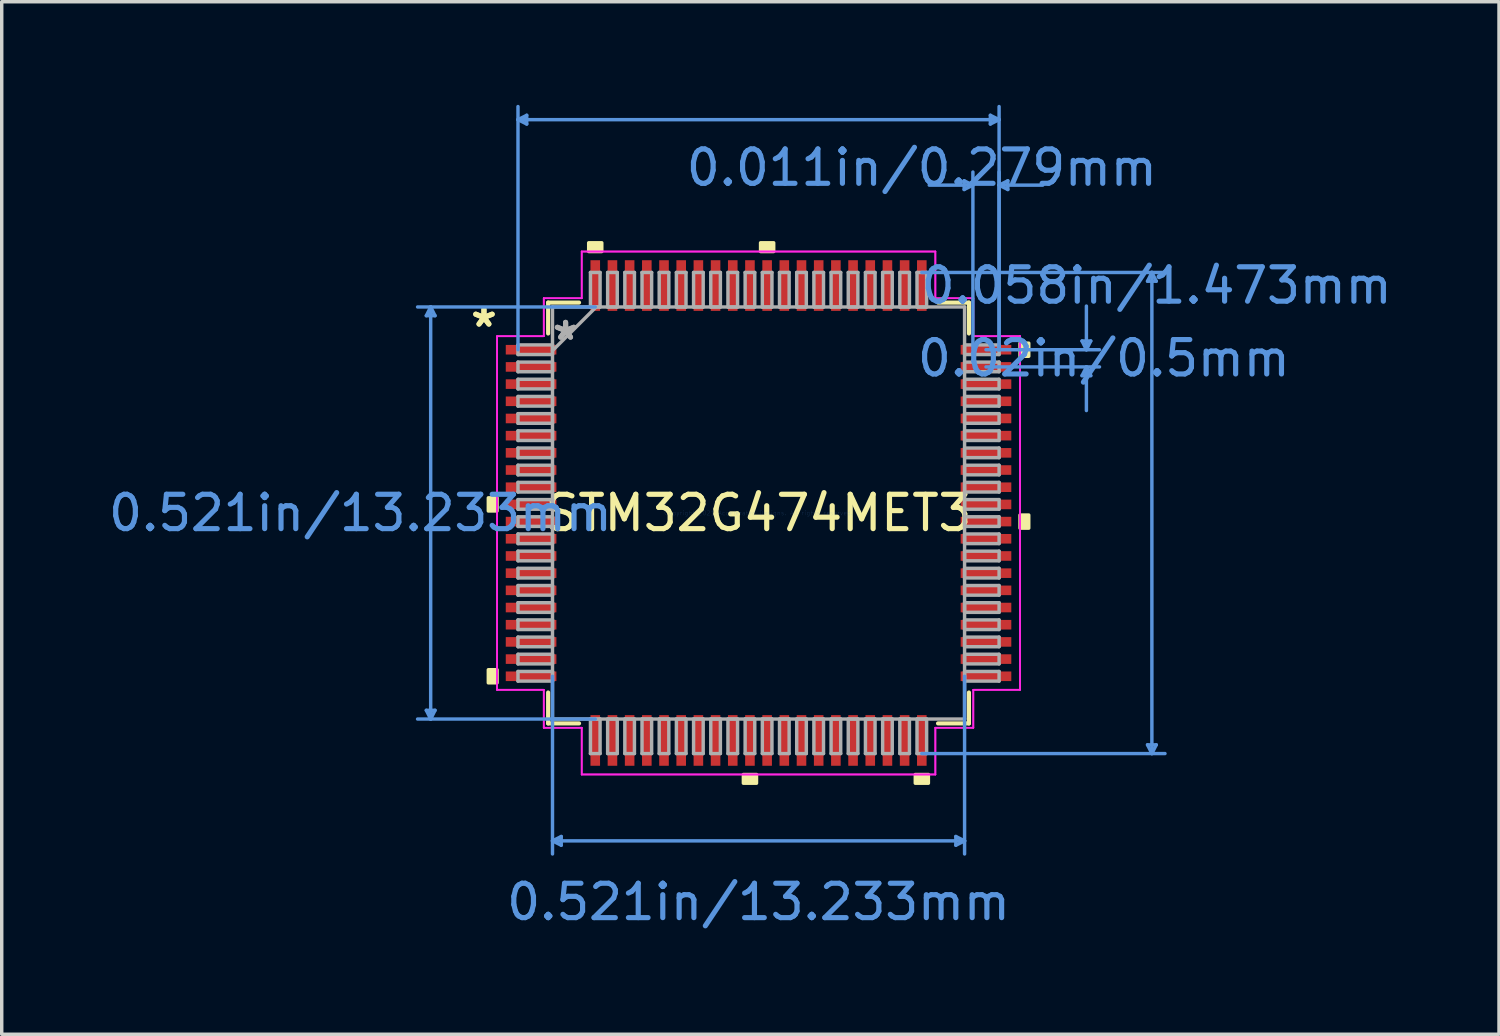
<source format=kicad_pcb>
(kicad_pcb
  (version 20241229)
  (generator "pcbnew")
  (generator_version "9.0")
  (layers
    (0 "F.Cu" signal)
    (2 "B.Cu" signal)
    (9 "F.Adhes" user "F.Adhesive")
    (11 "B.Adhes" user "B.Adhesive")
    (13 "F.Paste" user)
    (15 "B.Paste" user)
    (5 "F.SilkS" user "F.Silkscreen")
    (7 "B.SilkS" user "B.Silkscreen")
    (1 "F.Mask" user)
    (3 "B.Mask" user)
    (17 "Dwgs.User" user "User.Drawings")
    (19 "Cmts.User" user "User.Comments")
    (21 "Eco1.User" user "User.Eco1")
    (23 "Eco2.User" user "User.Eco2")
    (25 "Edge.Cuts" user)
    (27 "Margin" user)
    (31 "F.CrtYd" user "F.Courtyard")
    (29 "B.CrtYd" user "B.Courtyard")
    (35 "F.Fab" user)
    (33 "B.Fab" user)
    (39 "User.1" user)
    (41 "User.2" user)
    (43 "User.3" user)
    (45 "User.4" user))
  (footprint "STM32G474MET3"
    (layer "F.Cu")
    (at 19.017 11.874)
    (property "Reference" "STM32G474MET3" (at 0 0 0) (layer "F.SilkS") (effects (font (size 1 1) (thickness 0.15))))
    (attr through_hole)
    (fp_line (start -6.121 -6.121) (end -6.121 -5.222) (stroke (width 0.12) (type solid)) (layer "F.SilkS"))
    (fp_line (start -6.121 5.222) (end -6.121 6.121) (stroke (width 0.12) (type solid)) (layer "F.SilkS"))
    (fp_line (start -6.121 6.121) (end -5.222 6.121) (stroke (width 0.12) (type solid)) (layer "F.SilkS"))
    (fp_line (start -5.222 -6.121) (end -6.121 -6.121) (stroke (width 0.12) (type solid)) (layer "F.SilkS"))
    (fp_line (start 5.222 6.121) (end 6.121 6.121) (stroke (width 0.12) (type solid)) (layer "F.SilkS"))
    (fp_line (start 6.121 -6.121) (end 5.222 -6.121) (stroke (width 0.12) (type solid)) (layer "F.SilkS"))
    (fp_line (start 6.121 -5.222) (end 6.121 -6.121) (stroke (width 0.12) (type solid)) (layer "F.SilkS"))
    (fp_line (start 6.121 6.121) (end 6.121 5.222) (stroke (width 0.12) (type solid)) (layer "F.SilkS"))
    (fp_poly (pts (xy -7.861 -0.441) (xy -7.861 -0.059) (xy -7.607 -0.059) (xy -7.607 -0.441)) (stroke (width 0.1) (type solid)) (fill yes) (layer "F.SilkS"))
    (fp_poly (pts (xy -7.861 4.56) (xy -7.861 4.941) (xy -7.607 4.941) (xy -7.607 4.56)) (stroke (width 0.1) (type solid)) (fill yes) (layer "F.SilkS"))
    (fp_poly (pts (xy -4.941 -7.607) (xy -4.941 -7.861) (xy -4.56 -7.861) (xy -4.56 -7.607)) (stroke (width 0.1) (type solid)) (fill yes) (layer "F.SilkS"))
    (fp_poly (pts (xy -0.441 7.607) (xy -0.441 7.861) (xy -0.059 7.861) (xy -0.059 7.607)) (stroke (width 0.1) (type solid)) (fill yes) (layer "F.SilkS"))
    (fp_poly (pts (xy 0.059 -7.607) (xy 0.059 -7.861) (xy 0.441 -7.861) (xy 0.441 -7.607)) (stroke (width 0.1) (type solid)) (fill yes) (layer "F.SilkS"))
    (fp_poly (pts (xy 4.56 7.607) (xy 4.56 7.861) (xy 4.941 7.861) (xy 4.941 7.607)) (stroke (width 0.1) (type solid)) (fill yes) (layer "F.SilkS"))
    (fp_poly (pts (xy 7.861 -4.941) (xy 7.861 -4.56) (xy 7.607 -4.56) (xy 7.607 -4.941)) (stroke (width 0.1) (type solid)) (fill yes) (layer "F.SilkS"))
    (fp_poly (pts (xy 7.861 0.059) (xy 7.861 0.441) (xy 7.607 0.441) (xy 7.607 0.059)) (stroke (width 0.1) (type solid)) (fill yes) (layer "F.SilkS"))
    (fp_line (start -9.665 -5.74) (end -9.411 -5.74) (stroke (width 0.1) (type solid)) (layer "Cmts.User"))
    (fp_line (start -9.665 5.74) (end -9.411 5.74) (stroke (width 0.1) (type solid)) (layer "Cmts.User"))
    (fp_line (start -9.538 -5.994) (end -9.665 -5.74) (stroke (width 0.1) (type solid)) (layer "Cmts.User"))
    (fp_line (start -9.538 -5.994) (end -9.538 5.994) (stroke (width 0.1) (type solid)) (layer "Cmts.User"))
    (fp_line (start -9.538 -5.994) (end -9.411 -5.74) (stroke (width 0.1) (type solid)) (layer "Cmts.User"))
    (fp_line (start -9.538 5.994) (end -9.665 5.74) (stroke (width 0.1) (type solid)) (layer "Cmts.User"))
    (fp_line (start -9.538 5.994) (end -9.411 5.74) (stroke (width 0.1) (type solid)) (layer "Cmts.User"))
    (fp_line (start -6.998 -11.443) (end -6.744 -11.57) (stroke (width 0.1) (type solid)) (layer "Cmts.User"))
    (fp_line (start -6.998 -11.443) (end -6.744 -11.316) (stroke (width 0.1) (type solid)) (layer "Cmts.User"))
    (fp_line (start -6.998 -11.443) (end 6.998 -11.443) (stroke (width 0.1) (type solid)) (layer "Cmts.User"))
    (fp_line (start -6.998 -4.75) (end -6.998 -11.824) (stroke (width 0.1) (type solid)) (layer "Cmts.User"))
    (fp_line (start -6.744 -11.57) (end -6.744 -11.316) (stroke (width 0.1) (type solid)) (layer "Cmts.User"))
    (fp_line (start -5.994 4.75) (end -5.994 9.919) (stroke (width 0.1) (type solid)) (layer "Cmts.User"))
    (fp_line (start -5.994 9.538) (end -5.74 9.411) (stroke (width 0.1) (type solid)) (layer "Cmts.User"))
    (fp_line (start -5.994 9.538) (end -5.74 9.665) (stroke (width 0.1) (type solid)) (layer "Cmts.User"))
    (fp_line (start -5.994 9.538) (end 5.994 9.538) (stroke (width 0.1) (type solid)) (layer "Cmts.User"))
    (fp_line (start -5.74 9.411) (end -5.74 9.665) (stroke (width 0.1) (type solid)) (layer "Cmts.User"))
    (fp_line (start -4.75 -5.994) (end -9.919 -5.994) (stroke (width 0.1) (type solid)) (layer "Cmts.User"))
    (fp_line (start -4.75 5.994) (end -9.919 5.994) (stroke (width 0.1) (type solid)) (layer "Cmts.User"))
    (fp_line (start 4.75 -6.998) (end 11.824 -6.998) (stroke (width 0.1) (type solid)) (layer "Cmts.User"))
    (fp_line (start 4.75 6.998) (end 11.824 6.998) (stroke (width 0.1) (type solid)) (layer "Cmts.User"))
    (fp_line (start 5.74 9.411) (end 5.74 9.665) (stroke (width 0.1) (type solid)) (layer "Cmts.User"))
    (fp_line (start 5.982 -9.665) (end 5.982 -9.411) (stroke (width 0.1) (type solid)) (layer "Cmts.User"))
    (fp_line (start 5.994 4.75) (end 5.994 9.919) (stroke (width 0.1) (type solid)) (layer "Cmts.User"))
    (fp_line (start 5.994 9.538) (end 5.74 9.411) (stroke (width 0.1) (type solid)) (layer "Cmts.User"))
    (fp_line (start 5.994 9.538) (end 5.74 9.665) (stroke (width 0.1) (type solid)) (layer "Cmts.User"))
    (fp_line (start 6.236 -9.538) (end 4.966 -9.538) (stroke (width 0.1) (type solid)) (layer "Cmts.User"))
    (fp_line (start 6.236 -9.538) (end 5.982 -9.665) (stroke (width 0.1) (type solid)) (layer "Cmts.User"))
    (fp_line (start 6.236 -9.538) (end 5.982 -9.411) (stroke (width 0.1) (type solid)) (layer "Cmts.User"))
    (fp_line (start 6.236 -4.75) (end 6.236 -9.919) (stroke (width 0.1) (type solid)) (layer "Cmts.User"))
    (fp_line (start 6.617 -4.75) (end 9.919 -4.75) (stroke (width 0.1) (type solid)) (layer "Cmts.User"))
    (fp_line (start 6.617 -4.25) (end 9.919 -4.25) (stroke (width 0.1) (type solid)) (layer "Cmts.User"))
    (fp_line (start 6.744 -11.57) (end 6.744 -11.316) (stroke (width 0.1) (type solid)) (layer "Cmts.User"))
    (fp_line (start 6.998 -11.443) (end 6.744 -11.57) (stroke (width 0.1) (type solid)) (layer "Cmts.User"))
    (fp_line (start 6.998 -11.443) (end 6.744 -11.316) (stroke (width 0.1) (type solid)) (layer "Cmts.User"))
    (fp_line (start 6.998 -9.538) (end 7.252 -9.665) (stroke (width 0.1) (type solid)) (layer "Cmts.User"))
    (fp_line (start 6.998 -9.538) (end 7.252 -9.411) (stroke (width 0.1) (type solid)) (layer "Cmts.User"))
    (fp_line (start 6.998 -9.538) (end 8.268 -9.538) (stroke (width 0.1) (type solid)) (layer "Cmts.User"))
    (fp_line (start 6.998 -4.75) (end 6.998 -11.824) (stroke (width 0.1) (type solid)) (layer "Cmts.User"))
    (fp_line (start 6.998 -4.75) (end 6.998 -9.919) (stroke (width 0.1) (type solid)) (layer "Cmts.User"))
    (fp_line (start 7.252 -9.665) (end 7.252 -9.411) (stroke (width 0.1) (type solid)) (layer "Cmts.User"))
    (fp_line (start 9.411 -5.004) (end 9.665 -5.004) (stroke (width 0.1) (type solid)) (layer "Cmts.User"))
    (fp_line (start 9.411 -3.996) (end 9.665 -3.996) (stroke (width 0.1) (type solid)) (layer "Cmts.User"))
    (fp_line (start 9.538 -4.75) (end 9.411 -5.004) (stroke (width 0.1) (type solid)) (layer "Cmts.User"))
    (fp_line (start 9.538 -4.75) (end 9.538 -6.02) (stroke (width 0.1) (type solid)) (layer "Cmts.User"))
    (fp_line (start 9.538 -4.75) (end 9.665 -5.004) (stroke (width 0.1) (type solid)) (layer "Cmts.User"))
    (fp_line (start 9.538 -4.25) (end 9.411 -3.996) (stroke (width 0.1) (type solid)) (layer "Cmts.User"))
    (fp_line (start 9.538 -4.25) (end 9.538 -2.98) (stroke (width 0.1) (type solid)) (layer "Cmts.User"))
    (fp_line (start 9.538 -4.25) (end 9.665 -3.996) (stroke (width 0.1) (type solid)) (layer "Cmts.User"))
    (fp_line (start 11.316 -6.744) (end 11.57 -6.744) (stroke (width 0.1) (type solid)) (layer "Cmts.User"))
    (fp_line (start 11.316 6.744) (end 11.57 6.744) (stroke (width 0.1) (type solid)) (layer "Cmts.User"))
    (fp_line (start 11.443 -6.998) (end 11.316 -6.744) (stroke (width 0.1) (type solid)) (layer "Cmts.User"))
    (fp_line (start 11.443 -6.998) (end 11.443 6.998) (stroke (width 0.1) (type solid)) (layer "Cmts.User"))
    (fp_line (start 11.443 -6.998) (end 11.57 -6.744) (stroke (width 0.1) (type solid)) (layer "Cmts.User"))
    (fp_line (start 11.443 6.998) (end 11.316 6.744) (stroke (width 0.1) (type solid)) (layer "Cmts.User"))
    (fp_line (start 11.443 6.998) (end 11.57 6.744) (stroke (width 0.1) (type solid)) (layer "Cmts.User"))
    (fp_line (start -7.607 -5.144) (end -6.248 -5.144) (stroke (width 0.05) (type solid)) (layer "F.CrtYd"))
    (fp_line (start -7.607 -5.144) (end -6.248 -5.144) (stroke (width 0.05) (type solid)) (layer "F.CrtYd"))
    (fp_line (start -7.607 5.144) (end -7.607 -5.144) (stroke (width 0.05) (type solid)) (layer "F.CrtYd"))
    (fp_line (start -7.607 5.144) (end -7.607 -5.144) (stroke (width 0.05) (type solid)) (layer "F.CrtYd"))
    (fp_line (start -6.248 -6.248) (end -5.144 -6.248) (stroke (width 0.05) (type solid)) (layer "F.CrtYd"))
    (fp_line (start -6.248 -6.248) (end -5.144 -6.248) (stroke (width 0.05) (type solid)) (layer "F.CrtYd"))
    (fp_line (start -6.248 -5.144) (end -6.248 -6.248) (stroke (width 0.05) (type solid)) (layer "F.CrtYd"))
    (fp_line (start -6.248 -5.144) (end -6.248 -6.248) (stroke (width 0.05) (type solid)) (layer "F.CrtYd"))
    (fp_line (start -6.248 5.144) (end -7.607 5.144) (stroke (width 0.05) (type solid)) (layer "F.CrtYd"))
    (fp_line (start -6.248 5.144) (end -7.607 5.144) (stroke (width 0.05) (type solid)) (layer "F.CrtYd"))
    (fp_line (start -6.248 6.248) (end -6.248 5.144) (stroke (width 0.05) (type solid)) (layer "F.CrtYd"))
    (fp_line (start -6.248 6.248) (end -6.248 5.144) (stroke (width 0.05) (type solid)) (layer "F.CrtYd"))
    (fp_line (start -6.248 6.248) (end -5.144 6.248) (stroke (width 0.05) (type solid)) (layer "F.CrtYd"))
    (fp_line (start -5.144 -7.607) (end 5.144 -7.607) (stroke (width 0.05) (type solid)) (layer "F.CrtYd"))
    (fp_line (start -5.144 -7.607) (end 5.144 -7.607) (stroke (width 0.05) (type solid)) (layer "F.CrtYd"))
    (fp_line (start -5.144 -6.248) (end -5.144 -7.607) (stroke (width 0.05) (type solid)) (layer "F.CrtYd"))
    (fp_line (start -5.144 -6.248) (end -5.144 -7.607) (stroke (width 0.05) (type solid)) (layer "F.CrtYd"))
    (fp_line (start -5.144 6.248) (end -6.248 6.248) (stroke (width 0.05) (type solid)) (layer "F.CrtYd"))
    (fp_line (start -5.144 6.248) (end -5.144 7.607) (stroke (width 0.05) (type solid)) (layer "F.CrtYd"))
    (fp_line (start -5.144 7.607) (end -5.144 6.248) (stroke (width 0.05) (type solid)) (layer "F.CrtYd"))
    (fp_line (start -5.144 7.607) (end 5.144 7.607) (stroke (width 0.05) (type solid)) (layer "F.CrtYd"))
    (fp_line (start 5.144 -7.607) (end 5.144 -6.248) (stroke (width 0.05) (type solid)) (layer "F.CrtYd"))
    (fp_line (start 5.144 -7.607) (end 5.144 -6.248) (stroke (width 0.05) (type solid)) (layer "F.CrtYd"))
    (fp_line (start 5.144 -6.248) (end 6.248 -6.248) (stroke (width 0.05) (type solid)) (layer "F.CrtYd"))
    (fp_line (start 5.144 -6.248) (end 6.248 -6.248) (stroke (width 0.05) (type solid)) (layer "F.CrtYd"))
    (fp_line (start 5.144 6.248) (end 5.144 7.607) (stroke (width 0.05) (type solid)) (layer "F.CrtYd"))
    (fp_line (start 5.144 6.248) (end 6.248 6.248) (stroke (width 0.05) (type solid)) (layer "F.CrtYd"))
    (fp_line (start 5.144 7.607) (end -5.144 7.607) (stroke (width 0.05) (type solid)) (layer "F.CrtYd"))
    (fp_line (start 5.144 7.607) (end 5.144 6.248) (stroke (width 0.05) (type solid)) (layer "F.CrtYd"))
    (fp_line (start 6.248 -6.248) (end 6.248 -5.144) (stroke (width 0.05) (type solid)) (layer "F.CrtYd"))
    (fp_line (start 6.248 -5.144) (end 6.248 -6.248) (stroke (width 0.05) (type solid)) (layer "F.CrtYd"))
    (fp_line (start 6.248 -5.144) (end 7.607 -5.144) (stroke (width 0.05) (type solid)) (layer "F.CrtYd"))
    (fp_line (start 6.248 5.144) (end 6.248 6.248) (stroke (width 0.05) (type solid)) (layer "F.CrtYd"))
    (fp_line (start 6.248 5.144) (end 7.607 5.144) (stroke (width 0.05) (type solid)) (layer "F.CrtYd"))
    (fp_line (start 6.248 6.248) (end 5.144 6.248) (stroke (width 0.05) (type solid)) (layer "F.CrtYd"))
    (fp_line (start 6.248 6.248) (end 6.248 5.144) (stroke (width 0.05) (type solid)) (layer "F.CrtYd"))
    (fp_line (start 7.607 -5.144) (end 6.248 -5.144) (stroke (width 0.05) (type solid)) (layer "F.CrtYd"))
    (fp_line (start 7.607 -5.144) (end 7.607 5.144) (stroke (width 0.05) (type solid)) (layer "F.CrtYd"))
    (fp_line (start 7.607 5.144) (end 6.248 5.144) (stroke (width 0.05) (type solid)) (layer "F.CrtYd"))
    (fp_line (start 7.607 5.144) (end 7.607 -5.144) (stroke (width 0.05) (type solid)) (layer "F.CrtYd"))
    (fp_line (start -6.998 -4.89) (end -6.998 -4.61) (stroke (width 0.1) (type solid)) (layer "F.Fab"))
    (fp_line (start -6.998 -4.61) (end -5.994 -4.61) (stroke (width 0.1) (type solid)) (layer "F.Fab"))
    (fp_line (start -6.998 -4.39) (end -6.998 -4.11) (stroke (width 0.1) (type solid)) (layer "F.Fab"))
    (fp_line (start -6.998 -4.11) (end -5.994 -4.11) (stroke (width 0.1) (type solid)) (layer "F.Fab"))
    (fp_line (start -6.998 -3.89) (end -6.998 -3.61) (stroke (width 0.1) (type solid)) (layer "F.Fab"))
    (fp_line (start -6.998 -3.61) (end -5.994 -3.61) (stroke (width 0.1) (type solid)) (layer "F.Fab"))
    (fp_line (start -6.998 -3.39) (end -6.998 -3.11) (stroke (width 0.1) (type solid)) (layer "F.Fab"))
    (fp_line (start -6.998 -3.11) (end -5.994 -3.11) (stroke (width 0.1) (type solid)) (layer "F.Fab"))
    (fp_line (start -6.998 -2.89) (end -6.998 -2.61) (stroke (width 0.1) (type solid)) (layer "F.Fab"))
    (fp_line (start -6.998 -2.61) (end -5.994 -2.61) (stroke (width 0.1) (type solid)) (layer "F.Fab"))
    (fp_line (start -6.998 -2.39) (end -6.998 -2.11) (stroke (width 0.1) (type solid)) (layer "F.Fab"))
    (fp_line (start -6.998 -2.11) (end -5.994 -2.11) (stroke (width 0.1) (type solid)) (layer "F.Fab"))
    (fp_line (start -6.998 -1.89) (end -6.998 -1.61) (stroke (width 0.1) (type solid)) (layer "F.Fab"))
    (fp_line (start -6.998 -1.61) (end -5.994 -1.61) (stroke (width 0.1) (type solid)) (layer "F.Fab"))
    (fp_line (start -6.998 -1.39) (end -6.998 -1.11) (stroke (width 0.1) (type solid)) (layer "F.Fab"))
    (fp_line (start -6.998 -1.11) (end -5.994 -1.11) (stroke (width 0.1) (type solid)) (layer "F.Fab"))
    (fp_line (start -6.998 -0.89) (end -6.998 -0.61) (stroke (width 0.1) (type solid)) (layer "F.Fab"))
    (fp_line (start -6.998 -0.61) (end -5.994 -0.61) (stroke (width 0.1) (type solid)) (layer "F.Fab"))
    (fp_line (start -6.998 -0.39) (end -6.998 -0.11) (stroke (width 0.1) (type solid)) (layer "F.Fab"))
    (fp_line (start -6.998 -0.11) (end -5.994 -0.11) (stroke (width 0.1) (type solid)) (layer "F.Fab"))
    (fp_line (start -6.998 0.11) (end -6.998 0.39) (stroke (width 0.1) (type solid)) (layer "F.Fab"))
    (fp_line (start -6.998 0.39) (end -5.994 0.39) (stroke (width 0.1) (type solid)) (layer "F.Fab"))
    (fp_line (start -6.998 0.61) (end -6.998 0.89) (stroke (width 0.1) (type solid)) (layer "F.Fab"))
    (fp_line (start -6.998 0.89) (end -5.994 0.89) (stroke (width 0.1) (type solid)) (layer "F.Fab"))
    (fp_line (start -6.998 1.11) (end -6.998 1.39) (stroke (width 0.1) (type solid)) (layer "F.Fab"))
    (fp_line (start -6.998 1.39) (end -5.994 1.39) (stroke (width 0.1) (type solid)) (layer "F.Fab"))
    (fp_line (start -6.998 1.61) (end -6.998 1.89) (stroke (width 0.1) (type solid)) (layer "F.Fab"))
    (fp_line (start -6.998 1.89) (end -5.994 1.89) (stroke (width 0.1) (type solid)) (layer "F.Fab"))
    (fp_line (start -6.998 2.11) (end -6.998 2.39) (stroke (width 0.1) (type solid)) (layer "F.Fab"))
    (fp_line (start -6.998 2.39) (end -5.994 2.39) (stroke (width 0.1) (type solid)) (layer "F.Fab"))
    (fp_line (start -6.998 2.61) (end -6.998 2.89) (stroke (width 0.1) (type solid)) (layer "F.Fab"))
    (fp_line (start -6.998 2.89) (end -5.994 2.89) (stroke (width 0.1) (type solid)) (layer "F.Fab"))
    (fp_line (start -6.998 3.11) (end -6.998 3.39) (stroke (width 0.1) (type solid)) (layer "F.Fab"))
    (fp_line (start -6.998 3.39) (end -5.994 3.39) (stroke (width 0.1) (type solid)) (layer "F.Fab"))
    (fp_line (start -6.998 3.61) (end -6.998 3.89) (stroke (width 0.1) (type solid)) (layer "F.Fab"))
    (fp_line (start -6.998 3.89) (end -5.994 3.89) (stroke (width 0.1) (type solid)) (layer "F.Fab"))
    (fp_line (start -6.998 4.11) (end -6.998 4.39) (stroke (width 0.1) (type solid)) (layer "F.Fab"))
    (fp_line (start -6.998 4.39) (end -5.994 4.39) (stroke (width 0.1) (type solid)) (layer "F.Fab"))
    (fp_line (start -6.998 4.61) (end -6.998 4.89) (stroke (width 0.1) (type solid)) (layer "F.Fab"))
    (fp_line (start -6.998 4.89) (end -5.994 4.89) (stroke (width 0.1) (type solid)) (layer "F.Fab"))
    (fp_line (start -5.994 -5.994) (end -5.994 5.994) (stroke (width 0.1) (type solid)) (layer "F.Fab"))
    (fp_line (start -5.994 -4.89) (end -6.998 -4.89) (stroke (width 0.1) (type solid)) (layer "F.Fab"))
    (fp_line (start -5.994 -4.724) (end -4.724 -5.994) (stroke (width 0.1) (type solid)) (layer "F.Fab"))
    (fp_line (start -5.994 -4.61) (end -5.994 -4.89) (stroke (width 0.1) (type solid)) (layer "F.Fab"))
    (fp_line (start -5.994 -4.39) (end -6.998 -4.39) (stroke (width 0.1) (type solid)) (layer "F.Fab"))
    (fp_line (start -5.994 -4.11) (end -5.994 -4.39) (stroke (width 0.1) (type solid)) (layer "F.Fab"))
    (fp_line (start -5.994 -3.89) (end -6.998 -3.89) (stroke (width 0.1) (type solid)) (layer "F.Fab"))
    (fp_line (start -5.994 -3.61) (end -5.994 -3.89) (stroke (width 0.1) (type solid)) (layer "F.Fab"))
    (fp_line (start -5.994 -3.39) (end -6.998 -3.39) (stroke (width 0.1) (type solid)) (layer "F.Fab"))
    (fp_line (start -5.994 -3.11) (end -5.994 -3.39) (stroke (width 0.1) (type solid)) (layer "F.Fab"))
    (fp_line (start -5.994 -2.89) (end -6.998 -2.89) (stroke (width 0.1) (type solid)) (layer "F.Fab"))
    (fp_line (start -5.994 -2.61) (end -5.994 -2.89) (stroke (width 0.1) (type solid)) (layer "F.Fab"))
    (fp_line (start -5.994 -2.39) (end -6.998 -2.39) (stroke (width 0.1) (type solid)) (layer "F.Fab"))
    (fp_line (start -5.994 -2.11) (end -5.994 -2.39) (stroke (width 0.1) (type solid)) (layer "F.Fab"))
    (fp_line (start -5.994 -1.89) (end -6.998 -1.89) (stroke (width 0.1) (type solid)) (layer "F.Fab"))
    (fp_line (start -5.994 -1.61) (end -5.994 -1.89) (stroke (width 0.1) (type solid)) (layer "F.Fab"))
    (fp_line (start -5.994 -1.39) (end -6.998 -1.39) (stroke (width 0.1) (type solid)) (layer "F.Fab"))
    (fp_line (start -5.994 -1.11) (end -5.994 -1.39) (stroke (width 0.1) (type solid)) (layer "F.Fab"))
    (fp_line (start -5.994 -0.89) (end -6.998 -0.89) (stroke (width 0.1) (type solid)) (layer "F.Fab"))
    (fp_line (start -5.994 -0.61) (end -5.994 -0.89) (stroke (width 0.1) (type solid)) (layer "F.Fab"))
    (fp_line (start -5.994 -0.39) (end -6.998 -0.39) (stroke (width 0.1) (type solid)) (layer "F.Fab"))
    (fp_line (start -5.994 -0.11) (end -5.994 -0.39) (stroke (width 0.1) (type solid)) (layer "F.Fab"))
    (fp_line (start -5.994 0.11) (end -6.998 0.11) (stroke (width 0.1) (type solid)) (layer "F.Fab"))
    (fp_line (start -5.994 0.39) (end -5.994 0.11) (stroke (width 0.1) (type solid)) (layer "F.Fab"))
    (fp_line (start -5.994 0.61) (end -6.998 0.61) (stroke (width 0.1) (type solid)) (layer "F.Fab"))
    (fp_line (start -5.994 0.89) (end -5.994 0.61) (stroke (width 0.1) (type solid)) (layer "F.Fab"))
    (fp_line (start -5.994 1.11) (end -6.998 1.11) (stroke (width 0.1) (type solid)) (layer "F.Fab"))
    (fp_line (start -5.994 1.39) (end -5.994 1.11) (stroke (width 0.1) (type solid)) (layer "F.Fab"))
    (fp_line (start -5.994 1.61) (end -6.998 1.61) (stroke (width 0.1) (type solid)) (layer "F.Fab"))
    (fp_line (start -5.994 1.89) (end -5.994 1.61) (stroke (width 0.1) (type solid)) (layer "F.Fab"))
    (fp_line (start -5.994 2.11) (end -6.998 2.11) (stroke (width 0.1) (type solid)) (layer "F.Fab"))
    (fp_line (start -5.994 2.39) (end -5.994 2.11) (stroke (width 0.1) (type solid)) (layer "F.Fab"))
    (fp_line (start -5.994 2.61) (end -6.998 2.61) (stroke (width 0.1) (type solid)) (layer "F.Fab"))
    (fp_line (start -5.994 2.89) (end -5.994 2.61) (stroke (width 0.1) (type solid)) (layer "F.Fab"))
    (fp_line (start -5.994 3.11) (end -6.998 3.11) (stroke (width 0.1) (type solid)) (layer "F.Fab"))
    (fp_line (start -5.994 3.39) (end -5.994 3.11) (stroke (width 0.1) (type solid)) (layer "F.Fab"))
    (fp_line (start -5.994 3.61) (end -6.998 3.61) (stroke (width 0.1) (type solid)) (layer "F.Fab"))
    (fp_line (start -5.994 3.89) (end -5.994 3.61) (stroke (width 0.1) (type solid)) (layer "F.Fab"))
    (fp_line (start -5.994 4.11) (end -6.998 4.11) (stroke (width 0.1) (type solid)) (layer "F.Fab"))
    (fp_line (start -5.994 4.39) (end -5.994 4.11) (stroke (width 0.1) (type solid)) (layer "F.Fab"))
    (fp_line (start -5.994 4.61) (end -6.998 4.61) (stroke (width 0.1) (type solid)) (layer "F.Fab"))
    (fp_line (start -5.994 4.89) (end -5.994 4.61) (stroke (width 0.1) (type solid)) (layer "F.Fab"))
    (fp_line (start -5.994 5.994) (end 5.994 5.994) (stroke (width 0.1) (type solid)) (layer "F.Fab"))
    (fp_line (start -4.89 -6.998) (end -4.89 -5.994) (stroke (width 0.1) (type solid)) (layer "F.Fab"))
    (fp_line (start -4.89 -5.994) (end -4.61 -5.994) (stroke (width 0.1) (type solid)) (layer "F.Fab"))
    (fp_line (start -4.89 5.994) (end -4.89 6.998) (stroke (width 0.1) (type solid)) (layer "F.Fab"))
    (fp_line (start -4.89 6.998) (end -4.61 6.998) (stroke (width 0.1) (type solid)) (layer "F.Fab"))
    (fp_line (start -4.61 -6.998) (end -4.89 -6.998) (stroke (width 0.1) (type solid)) (layer "F.Fab"))
    (fp_line (start -4.61 -5.994) (end -4.61 -6.998) (stroke (width 0.1) (type solid)) (layer "F.Fab"))
    (fp_line (start -4.61 5.994) (end -4.89 5.994) (stroke (width 0.1) (type solid)) (layer "F.Fab"))
    (fp_line (start -4.61 6.998) (end -4.61 5.994) (stroke (width 0.1) (type solid)) (layer "F.Fab"))
    (fp_line (start -4.39 -6.998) (end -4.39 -5.994) (stroke (width 0.1) (type solid)) (layer "F.Fab"))
    (fp_line (start -4.39 -5.994) (end -4.11 -5.994) (stroke (width 0.1) (type solid)) (layer "F.Fab"))
    (fp_line (start -4.39 5.994) (end -4.39 6.998) (stroke (width 0.1) (type solid)) (layer "F.Fab"))
    (fp_line (start -4.39 6.998) (end -4.11 6.998) (stroke (width 0.1) (type solid)) (layer "F.Fab"))
    (fp_line (start -4.11 -6.998) (end -4.39 -6.998) (stroke (width 0.1) (type solid)) (layer "F.Fab"))
    (fp_line (start -4.11 -5.994) (end -4.11 -6.998) (stroke (width 0.1) (type solid)) (layer "F.Fab"))
    (fp_line (start -4.11 5.994) (end -4.39 5.994) (stroke (width 0.1) (type solid)) (layer "F.Fab"))
    (fp_line (start -4.11 6.998) (end -4.11 5.994) (stroke (width 0.1) (type solid)) (layer "F.Fab"))
    (fp_line (start -3.89 -6.998) (end -3.89 -5.994) (stroke (width 0.1) (type solid)) (layer "F.Fab"))
    (fp_line (start -3.89 -5.994) (end -3.61 -5.994) (stroke (width 0.1) (type solid)) (layer "F.Fab"))
    (fp_line (start -3.89 5.994) (end -3.89 6.998) (stroke (width 0.1) (type solid)) (layer "F.Fab"))
    (fp_line (start -3.89 6.998) (end -3.61 6.998) (stroke (width 0.1) (type solid)) (layer "F.Fab"))
    (fp_line (start -3.61 -6.998) (end -3.89 -6.998) (stroke (width 0.1) (type solid)) (layer "F.Fab"))
    (fp_line (start -3.61 -5.994) (end -3.61 -6.998) (stroke (width 0.1) (type solid)) (layer "F.Fab"))
    (fp_line (start -3.61 5.994) (end -3.89 5.994) (stroke (width 0.1) (type solid)) (layer "F.Fab"))
    (fp_line (start -3.61 6.998) (end -3.61 5.994) (stroke (width 0.1) (type solid)) (layer "F.Fab"))
    (fp_line (start -3.39 -6.998) (end -3.39 -5.994) (stroke (width 0.1) (type solid)) (layer "F.Fab"))
    (fp_line (start -3.39 -5.994) (end -3.11 -5.994) (stroke (width 0.1) (type solid)) (layer "F.Fab"))
    (fp_line (start -3.39 5.994) (end -3.39 6.998) (stroke (width 0.1) (type solid)) (layer "F.Fab"))
    (fp_line (start -3.39 6.998) (end -3.11 6.998) (stroke (width 0.1) (type solid)) (layer "F.Fab"))
    (fp_line (start -3.11 -6.998) (end -3.39 -6.998) (stroke (width 0.1) (type solid)) (layer "F.Fab"))
    (fp_line (start -3.11 -5.994) (end -3.11 -6.998) (stroke (width 0.1) (type solid)) (layer "F.Fab"))
    (fp_line (start -3.11 5.994) (end -3.39 5.994) (stroke (width 0.1) (type solid)) (layer "F.Fab"))
    (fp_line (start -3.11 6.998) (end -3.11 5.994) (stroke (width 0.1) (type solid)) (layer "F.Fab"))
    (fp_line (start -2.89 -6.998) (end -2.89 -5.994) (stroke (width 0.1) (type solid)) (layer "F.Fab"))
    (fp_line (start -2.89 -5.994) (end -2.61 -5.994) (stroke (width 0.1) (type solid)) (layer "F.Fab"))
    (fp_line (start -2.89 5.994) (end -2.89 6.998) (stroke (width 0.1) (type solid)) (layer "F.Fab"))
    (fp_line (start -2.89 6.998) (end -2.61 6.998) (stroke (width 0.1) (type solid)) (layer "F.Fab"))
    (fp_line (start -2.61 -6.998) (end -2.89 -6.998) (stroke (width 0.1) (type solid)) (layer "F.Fab"))
    (fp_line (start -2.61 -5.994) (end -2.61 -6.998) (stroke (width 0.1) (type solid)) (layer "F.Fab"))
    (fp_line (start -2.61 5.994) (end -2.89 5.994) (stroke (width 0.1) (type solid)) (layer "F.Fab"))
    (fp_line (start -2.61 6.998) (end -2.61 5.994) (stroke (width 0.1) (type solid)) (layer "F.Fab"))
    (fp_line (start -2.39 -6.998) (end -2.39 -5.994) (stroke (width 0.1) (type solid)) (layer "F.Fab"))
    (fp_line (start -2.39 -5.994) (end -2.11 -5.994) (stroke (width 0.1) (type solid)) (layer "F.Fab"))
    (fp_line (start -2.39 5.994) (end -2.39 6.998) (stroke (width 0.1) (type solid)) (layer "F.Fab"))
    (fp_line (start -2.39 6.998) (end -2.11 6.998) (stroke (width 0.1) (type solid)) (layer "F.Fab"))
    (fp_line (start -2.11 -6.998) (end -2.39 -6.998) (stroke (width 0.1) (type solid)) (layer "F.Fab"))
    (fp_line (start -2.11 -5.994) (end -2.11 -6.998) (stroke (width 0.1) (type solid)) (layer "F.Fab"))
    (fp_line (start -2.11 5.994) (end -2.39 5.994) (stroke (width 0.1) (type solid)) (layer "F.Fab"))
    (fp_line (start -2.11 6.998) (end -2.11 5.994) (stroke (width 0.1) (type solid)) (layer "F.Fab"))
    (fp_line (start -1.89 -6.998) (end -1.89 -5.994) (stroke (width 0.1) (type solid)) (layer "F.Fab"))
    (fp_line (start -1.89 -5.994) (end -1.61 -5.994) (stroke (width 0.1) (type solid)) (layer "F.Fab"))
    (fp_line (start -1.89 5.994) (end -1.89 6.998) (stroke (width 0.1) (type solid)) (layer "F.Fab"))
    (fp_line (start -1.89 6.998) (end -1.61 6.998) (stroke (width 0.1) (type solid)) (layer "F.Fab"))
    (fp_line (start -1.61 -6.998) (end -1.89 -6.998) (stroke (width 0.1) (type solid)) (layer "F.Fab"))
    (fp_line (start -1.61 -5.994) (end -1.61 -6.998) (stroke (width 0.1) (type solid)) (layer "F.Fab"))
    (fp_line (start -1.61 5.994) (end -1.89 5.994) (stroke (width 0.1) (type solid)) (layer "F.Fab"))
    (fp_line (start -1.61 6.998) (end -1.61 5.994) (stroke (width 0.1) (type solid)) (layer "F.Fab"))
    (fp_line (start -1.39 -6.998) (end -1.39 -5.994) (stroke (width 0.1) (type solid)) (layer "F.Fab"))
    (fp_line (start -1.39 -5.994) (end -1.11 -5.994) (stroke (width 0.1) (type solid)) (layer "F.Fab"))
    (fp_line (start -1.39 5.994) (end -1.39 6.998) (stroke (width 0.1) (type solid)) (layer "F.Fab"))
    (fp_line (start -1.39 6.998) (end -1.11 6.998) (stroke (width 0.1) (type solid)) (layer "F.Fab"))
    (fp_line (start -1.11 -6.998) (end -1.39 -6.998) (stroke (width 0.1) (type solid)) (layer "F.Fab"))
    (fp_line (start -1.11 -5.994) (end -1.11 -6.998) (stroke (width 0.1) (type solid)) (layer "F.Fab"))
    (fp_line (start -1.11 5.994) (end -1.39 5.994) (stroke (width 0.1) (type solid)) (layer "F.Fab"))
    (fp_line (start -1.11 6.998) (end -1.11 5.994) (stroke (width 0.1) (type solid)) (layer "F.Fab"))
    (fp_line (start -0.89 -6.998) (end -0.89 -5.994) (stroke (width 0.1) (type solid)) (layer "F.Fab"))
    (fp_line (start -0.89 -5.994) (end -0.61 -5.994) (stroke (width 0.1) (type solid)) (layer "F.Fab"))
    (fp_line (start -0.89 5.994) (end -0.89 6.998) (stroke (width 0.1) (type solid)) (layer "F.Fab"))
    (fp_line (start -0.89 6.998) (end -0.61 6.998) (stroke (width 0.1) (type solid)) (layer "F.Fab"))
    (fp_line (start -0.61 -6.998) (end -0.89 -6.998) (stroke (width 0.1) (type solid)) (layer "F.Fab"))
    (fp_line (start -0.61 -5.994) (end -0.61 -6.998) (stroke (width 0.1) (type solid)) (layer "F.Fab"))
    (fp_line (start -0.61 5.994) (end -0.89 5.994) (stroke (width 0.1) (type solid)) (layer "F.Fab"))
    (fp_line (start -0.61 6.998) (end -0.61 5.994) (stroke (width 0.1) (type solid)) (layer "F.Fab"))
    (fp_line (start -0.39 -6.998) (end -0.39 -5.994) (stroke (width 0.1) (type solid)) (layer "F.Fab"))
    (fp_line (start -0.39 -5.994) (end -0.11 -5.994) (stroke (width 0.1) (type solid)) (layer "F.Fab"))
    (fp_line (start -0.39 5.994) (end -0.39 6.998) (stroke (width 0.1) (type solid)) (layer "F.Fab"))
    (fp_line (start -0.39 6.998) (end -0.11 6.998) (stroke (width 0.1) (type solid)) (layer "F.Fab"))
    (fp_line (start -0.11 -6.998) (end -0.39 -6.998) (stroke (width 0.1) (type solid)) (layer "F.Fab"))
    (fp_line (start -0.11 -5.994) (end -0.11 -6.998) (stroke (width 0.1) (type solid)) (layer "F.Fab"))
    (fp_line (start -0.11 5.994) (end -0.39 5.994) (stroke (width 0.1) (type solid)) (layer "F.Fab"))
    (fp_line (start -0.11 6.998) (end -0.11 5.994) (stroke (width 0.1) (type solid)) (layer "F.Fab"))
    (fp_line (start 0.11 -6.998) (end 0.11 -5.994) (stroke (width 0.1) (type solid)) (layer "F.Fab"))
    (fp_line (start 0.11 -5.994) (end 0.39 -5.994) (stroke (width 0.1) (type solid)) (layer "F.Fab"))
    (fp_line (start 0.11 5.994) (end 0.11 6.998) (stroke (width 0.1) (type solid)) (layer "F.Fab"))
    (fp_line (start 0.11 6.998) (end 0.39 6.998) (stroke (width 0.1) (type solid)) (layer "F.Fab"))
    (fp_line (start 0.39 -6.998) (end 0.11 -6.998) (stroke (width 0.1) (type solid)) (layer "F.Fab"))
    (fp_line (start 0.39 -5.994) (end 0.39 -6.998) (stroke (width 0.1) (type solid)) (layer "F.Fab"))
    (fp_line (start 0.39 5.994) (end 0.11 5.994) (stroke (width 0.1) (type solid)) (layer "F.Fab"))
    (fp_line (start 0.39 6.998) (end 0.39 5.994) (stroke (width 0.1) (type solid)) (layer "F.Fab"))
    (fp_line (start 0.61 -6.998) (end 0.61 -5.994) (stroke (width 0.1) (type solid)) (layer "F.Fab"))
    (fp_line (start 0.61 -5.994) (end 0.89 -5.994) (stroke (width 0.1) (type solid)) (layer "F.Fab"))
    (fp_line (start 0.61 5.994) (end 0.61 6.998) (stroke (width 0.1) (type solid)) (layer "F.Fab"))
    (fp_line (start 0.61 6.998) (end 0.89 6.998) (stroke (width 0.1) (type solid)) (layer "F.Fab"))
    (fp_line (start 0.89 -6.998) (end 0.61 -6.998) (stroke (width 0.1) (type solid)) (layer "F.Fab"))
    (fp_line (start 0.89 -5.994) (end 0.89 -6.998) (stroke (width 0.1) (type solid)) (layer "F.Fab"))
    (fp_line (start 0.89 5.994) (end 0.61 5.994) (stroke (width 0.1) (type solid)) (layer "F.Fab"))
    (fp_line (start 0.89 6.998) (end 0.89 5.994) (stroke (width 0.1) (type solid)) (layer "F.Fab"))
    (fp_line (start 1.11 -6.998) (end 1.11 -5.994) (stroke (width 0.1) (type solid)) (layer "F.Fab"))
    (fp_line (start 1.11 -5.994) (end 1.39 -5.994) (stroke (width 0.1) (type solid)) (layer "F.Fab"))
    (fp_line (start 1.11 5.994) (end 1.11 6.998) (stroke (width 0.1) (type solid)) (layer "F.Fab"))
    (fp_line (start 1.11 6.998) (end 1.39 6.998) (stroke (width 0.1) (type solid)) (layer "F.Fab"))
    (fp_line (start 1.39 -6.998) (end 1.11 -6.998) (stroke (width 0.1) (type solid)) (layer "F.Fab"))
    (fp_line (start 1.39 -5.994) (end 1.39 -6.998) (stroke (width 0.1) (type solid)) (layer "F.Fab"))
    (fp_line (start 1.39 5.994) (end 1.11 5.994) (stroke (width 0.1) (type solid)) (layer "F.Fab"))
    (fp_line (start 1.39 6.998) (end 1.39 5.994) (stroke (width 0.1) (type solid)) (layer "F.Fab"))
    (fp_line (start 1.61 -6.998) (end 1.61 -5.994) (stroke (width 0.1) (type solid)) (layer "F.Fab"))
    (fp_line (start 1.61 -5.994) (end 1.89 -5.994) (stroke (width 0.1) (type solid)) (layer "F.Fab"))
    (fp_line (start 1.61 5.994) (end 1.61 6.998) (stroke (width 0.1) (type solid)) (layer "F.Fab"))
    (fp_line (start 1.61 6.998) (end 1.89 6.998) (stroke (width 0.1) (type solid)) (layer "F.Fab"))
    (fp_line (start 1.89 -6.998) (end 1.61 -6.998) (stroke (width 0.1) (type solid)) (layer "F.Fab"))
    (fp_line (start 1.89 -5.994) (end 1.89 -6.998) (stroke (width 0.1) (type solid)) (layer "F.Fab"))
    (fp_line (start 1.89 5.994) (end 1.61 5.994) (stroke (width 0.1) (type solid)) (layer "F.Fab"))
    (fp_line (start 1.89 6.998) (end 1.89 5.994) (stroke (width 0.1) (type solid)) (layer "F.Fab"))
    (fp_line (start 2.11 -6.998) (end 2.11 -5.994) (stroke (width 0.1) (type solid)) (layer "F.Fab"))
    (fp_line (start 2.11 -5.994) (end 2.39 -5.994) (stroke (width 0.1) (type solid)) (layer "F.Fab"))
    (fp_line (start 2.11 5.994) (end 2.11 6.998) (stroke (width 0.1) (type solid)) (layer "F.Fab"))
    (fp_line (start 2.11 6.998) (end 2.39 6.998) (stroke (width 0.1) (type solid)) (layer "F.Fab"))
    (fp_line (start 2.39 -6.998) (end 2.11 -6.998) (stroke (width 0.1) (type solid)) (layer "F.Fab"))
    (fp_line (start 2.39 -5.994) (end 2.39 -6.998) (stroke (width 0.1) (type solid)) (layer "F.Fab"))
    (fp_line (start 2.39 5.994) (end 2.11 5.994) (stroke (width 0.1) (type solid)) (layer "F.Fab"))
    (fp_line (start 2.39 6.998) (end 2.39 5.994) (stroke (width 0.1) (type solid)) (layer "F.Fab"))
    (fp_line (start 2.61 -6.998) (end 2.61 -5.994) (stroke (width 0.1) (type solid)) (layer "F.Fab"))
    (fp_line (start 2.61 -5.994) (end 2.89 -5.994) (stroke (width 0.1) (type solid)) (layer "F.Fab"))
    (fp_line (start 2.61 5.994) (end 2.61 6.998) (stroke (width 0.1) (type solid)) (layer "F.Fab"))
    (fp_line (start 2.61 6.998) (end 2.89 6.998) (stroke (width 0.1) (type solid)) (layer "F.Fab"))
    (fp_line (start 2.89 -6.998) (end 2.61 -6.998) (stroke (width 0.1) (type solid)) (layer "F.Fab"))
    (fp_line (start 2.89 -5.994) (end 2.89 -6.998) (stroke (width 0.1) (type solid)) (layer "F.Fab"))
    (fp_line (start 2.89 5.994) (end 2.61 5.994) (stroke (width 0.1) (type solid)) (layer "F.Fab"))
    (fp_line (start 2.89 6.998) (end 2.89 5.994) (stroke (width 0.1) (type solid)) (layer "F.Fab"))
    (fp_line (start 3.11 -6.998) (end 3.11 -5.994) (stroke (width 0.1) (type solid)) (layer "F.Fab"))
    (fp_line (start 3.11 -5.994) (end 3.39 -5.994) (stroke (width 0.1) (type solid)) (layer "F.Fab"))
    (fp_line (start 3.11 5.994) (end 3.11 6.998) (stroke (width 0.1) (type solid)) (layer "F.Fab"))
    (fp_line (start 3.11 6.998) (end 3.39 6.998) (stroke (width 0.1) (type solid)) (layer "F.Fab"))
    (fp_line (start 3.39 -6.998) (end 3.11 -6.998) (stroke (width 0.1) (type solid)) (layer "F.Fab"))
    (fp_line (start 3.39 -5.994) (end 3.39 -6.998) (stroke (width 0.1) (type solid)) (layer "F.Fab"))
    (fp_line (start 3.39 5.994) (end 3.11 5.994) (stroke (width 0.1) (type solid)) (layer "F.Fab"))
    (fp_line (start 3.39 6.998) (end 3.39 5.994) (stroke (width 0.1) (type solid)) (layer "F.Fab"))
    (fp_line (start 3.61 -6.998) (end 3.61 -5.994) (stroke (width 0.1) (type solid)) (layer "F.Fab"))
    (fp_line (start 3.61 -5.994) (end 3.89 -5.994) (stroke (width 0.1) (type solid)) (layer "F.Fab"))
    (fp_line (start 3.61 5.994) (end 3.61 6.998) (stroke (width 0.1) (type solid)) (layer "F.Fab"))
    (fp_line (start 3.61 6.998) (end 3.89 6.998) (stroke (width 0.1) (type solid)) (layer "F.Fab"))
    (fp_line (start 3.89 -6.998) (end 3.61 -6.998) (stroke (width 0.1) (type solid)) (layer "F.Fab"))
    (fp_line (start 3.89 -5.994) (end 3.89 -6.998) (stroke (width 0.1) (type solid)) (layer "F.Fab"))
    (fp_line (start 3.89 5.994) (end 3.61 5.994) (stroke (width 0.1) (type solid)) (layer "F.Fab"))
    (fp_line (start 3.89 6.998) (end 3.89 5.994) (stroke (width 0.1) (type solid)) (layer "F.Fab"))
    (fp_line (start 4.11 -6.998) (end 4.11 -5.994) (stroke (width 0.1) (type solid)) (layer "F.Fab"))
    (fp_line (start 4.11 -5.994) (end 4.39 -5.994) (stroke (width 0.1) (type solid)) (layer "F.Fab"))
    (fp_line (start 4.11 5.994) (end 4.11 6.998) (stroke (width 0.1) (type solid)) (layer "F.Fab"))
    (fp_line (start 4.11 6.998) (end 4.39 6.998) (stroke (width 0.1) (type solid)) (layer "F.Fab"))
    (fp_line (start 4.39 -6.998) (end 4.11 -6.998) (stroke (width 0.1) (type solid)) (layer "F.Fab"))
    (fp_line (start 4.39 -5.994) (end 4.39 -6.998) (stroke (width 0.1) (type solid)) (layer "F.Fab"))
    (fp_line (start 4.39 5.994) (end 4.11 5.994) (stroke (width 0.1) (type solid)) (layer "F.Fab"))
    (fp_line (start 4.39 6.998) (end 4.39 5.994) (stroke (width 0.1) (type solid)) (layer "F.Fab"))
    (fp_line (start 4.61 -6.998) (end 4.61 -5.994) (stroke (width 0.1) (type solid)) (layer "F.Fab"))
    (fp_line (start 4.61 -5.994) (end 4.89 -5.994) (stroke (width 0.1) (type solid)) (layer "F.Fab"))
    (fp_line (start 4.61 5.994) (end 4.61 6.998) (stroke (width 0.1) (type solid)) (layer "F.Fab"))
    (fp_line (start 4.61 6.998) (end 4.89 6.998) (stroke (width 0.1) (type solid)) (layer "F.Fab"))
    (fp_line (start 4.89 -6.998) (end 4.61 -6.998) (stroke (width 0.1) (type solid)) (layer "F.Fab"))
    (fp_line (start 4.89 -5.994) (end 4.89 -6.998) (stroke (width 0.1) (type solid)) (layer "F.Fab"))
    (fp_line (start 4.89 5.994) (end 4.61 5.994) (stroke (width 0.1) (type solid)) (layer "F.Fab"))
    (fp_line (start 4.89 6.998) (end 4.89 5.994) (stroke (width 0.1) (type solid)) (layer "F.Fab"))
    (fp_line (start 5.994 -5.994) (end -5.994 -5.994) (stroke (width 0.1) (type solid)) (layer "F.Fab"))
    (fp_line (start 5.994 -4.89) (end 5.994 -4.61) (stroke (width 0.1) (type solid)) (layer "F.Fab"))
    (fp_line (start 5.994 -4.61) (end 6.998 -4.61) (stroke (width 0.1) (type solid)) (layer "F.Fab"))
    (fp_line (start 5.994 -4.39) (end 5.994 -4.11) (stroke (width 0.1) (type solid)) (layer "F.Fab"))
    (fp_line (start 5.994 -4.11) (end 6.998 -4.11) (stroke (width 0.1) (type solid)) (layer "F.Fab"))
    (fp_line (start 5.994 -3.89) (end 5.994 -3.61) (stroke (width 0.1) (type solid)) (layer "F.Fab"))
    (fp_line (start 5.994 -3.61) (end 6.998 -3.61) (stroke (width 0.1) (type solid)) (layer "F.Fab"))
    (fp_line (start 5.994 -3.39) (end 5.994 -3.11) (stroke (width 0.1) (type solid)) (layer "F.Fab"))
    (fp_line (start 5.994 -3.11) (end 6.998 -3.11) (stroke (width 0.1) (type solid)) (layer "F.Fab"))
    (fp_line (start 5.994 -2.89) (end 5.994 -2.61) (stroke (width 0.1) (type solid)) (layer "F.Fab"))
    (fp_line (start 5.994 -2.61) (end 6.998 -2.61) (stroke (width 0.1) (type solid)) (layer "F.Fab"))
    (fp_line (start 5.994 -2.39) (end 5.994 -2.11) (stroke (width 0.1) (type solid)) (layer "F.Fab"))
    (fp_line (start 5.994 -2.11) (end 6.998 -2.11) (stroke (width 0.1) (type solid)) (layer "F.Fab"))
    (fp_line (start 5.994 -1.89) (end 5.994 -1.61) (stroke (width 0.1) (type solid)) (layer "F.Fab"))
    (fp_line (start 5.994 -1.61) (end 6.998 -1.61) (stroke (width 0.1) (type solid)) (layer "F.Fab"))
    (fp_line (start 5.994 -1.39) (end 5.994 -1.11) (stroke (width 0.1) (type solid)) (layer "F.Fab"))
    (fp_line (start 5.994 -1.11) (end 6.998 -1.11) (stroke (width 0.1) (type solid)) (layer "F.Fab"))
    (fp_line (start 5.994 -0.89) (end 5.994 -0.61) (stroke (width 0.1) (type solid)) (layer "F.Fab"))
    (fp_line (start 5.994 -0.61) (end 6.998 -0.61) (stroke (width 0.1) (type solid)) (layer "F.Fab"))
    (fp_line (start 5.994 -0.39) (end 5.994 -0.11) (stroke (width 0.1) (type solid)) (layer "F.Fab"))
    (fp_line (start 5.994 -0.11) (end 6.998 -0.11) (stroke (width 0.1) (type solid)) (layer "F.Fab"))
    (fp_line (start 5.994 0.11) (end 5.994 0.39) (stroke (width 0.1) (type solid)) (layer "F.Fab"))
    (fp_line (start 5.994 0.39) (end 6.998 0.39) (stroke (width 0.1) (type solid)) (layer "F.Fab"))
    (fp_line (start 5.994 0.61) (end 5.994 0.89) (stroke (width 0.1) (type solid)) (layer "F.Fab"))
    (fp_line (start 5.994 0.89) (end 6.998 0.89) (stroke (width 0.1) (type solid)) (layer "F.Fab"))
    (fp_line (start 5.994 1.11) (end 5.994 1.39) (stroke (width 0.1) (type solid)) (layer "F.Fab"))
    (fp_line (start 5.994 1.39) (end 6.998 1.39) (stroke (width 0.1) (type solid)) (layer "F.Fab"))
    (fp_line (start 5.994 1.61) (end 5.994 1.89) (stroke (width 0.1) (type solid)) (layer "F.Fab"))
    (fp_line (start 5.994 1.89) (end 6.998 1.89) (stroke (width 0.1) (type solid)) (layer "F.Fab"))
    (fp_line (start 5.994 2.11) (end 5.994 2.39) (stroke (width 0.1) (type solid)) (layer "F.Fab"))
    (fp_line (start 5.994 2.39) (end 6.998 2.39) (stroke (width 0.1) (type solid)) (layer "F.Fab"))
    (fp_line (start 5.994 2.61) (end 5.994 2.89) (stroke (width 0.1) (type solid)) (layer "F.Fab"))
    (fp_line (start 5.994 2.89) (end 6.998 2.89) (stroke (width 0.1) (type solid)) (layer "F.Fab"))
    (fp_line (start 5.994 3.11) (end 5.994 3.39) (stroke (width 0.1) (type solid)) (layer "F.Fab"))
    (fp_line (start 5.994 3.39) (end 6.998 3.39) (stroke (width 0.1) (type solid)) (layer "F.Fab"))
    (fp_line (start 5.994 3.61) (end 5.994 3.89) (stroke (width 0.1) (type solid)) (layer "F.Fab"))
    (fp_line (start 5.994 3.89) (end 6.998 3.89) (stroke (width 0.1) (type solid)) (layer "F.Fab"))
    (fp_line (start 5.994 4.11) (end 5.994 4.39) (stroke (width 0.1) (type solid)) (layer "F.Fab"))
    (fp_line (start 5.994 4.39) (end 6.998 4.39) (stroke (width 0.1) (type solid)) (layer "F.Fab"))
    (fp_line (start 5.994 4.61) (end 5.994 4.89) (stroke (width 0.1) (type solid)) (layer "F.Fab"))
    (fp_line (start 5.994 4.89) (end 6.998 4.89) (stroke (width 0.1) (type solid)) (layer "F.Fab"))
    (fp_line (start 5.994 5.994) (end 5.994 -5.994) (stroke (width 0.1) (type solid)) (layer "F.Fab"))
    (fp_line (start 6.998 -4.89) (end 5.994 -4.89) (stroke (width 0.1) (type solid)) (layer "F.Fab"))
    (fp_line (start 6.998 -4.61) (end 6.998 -4.89) (stroke (width 0.1) (type solid)) (layer "F.Fab"))
    (fp_line (start 6.998 -4.39) (end 5.994 -4.39) (stroke (width 0.1) (type solid)) (layer "F.Fab"))
    (fp_line (start 6.998 -4.11) (end 6.998 -4.39) (stroke (width 0.1) (type solid)) (layer "F.Fab"))
    (fp_line (start 6.998 -3.89) (end 5.994 -3.89) (stroke (width 0.1) (type solid)) (layer "F.Fab"))
    (fp_line (start 6.998 -3.61) (end 6.998 -3.89) (stroke (width 0.1) (type solid)) (layer "F.Fab"))
    (fp_line (start 6.998 -3.39) (end 5.994 -3.39) (stroke (width 0.1) (type solid)) (layer "F.Fab"))
    (fp_line (start 6.998 -3.11) (end 6.998 -3.39) (stroke (width 0.1) (type solid)) (layer "F.Fab"))
    (fp_line (start 6.998 -2.89) (end 5.994 -2.89) (stroke (width 0.1) (type solid)) (layer "F.Fab"))
    (fp_line (start 6.998 -2.61) (end 6.998 -2.89) (stroke (width 0.1) (type solid)) (layer "F.Fab"))
    (fp_line (start 6.998 -2.39) (end 5.994 -2.39) (stroke (width 0.1) (type solid)) (layer "F.Fab"))
    (fp_line (start 6.998 -2.11) (end 6.998 -2.39) (stroke (width 0.1) (type solid)) (layer "F.Fab"))
    (fp_line (start 6.998 -1.89) (end 5.994 -1.89) (stroke (width 0.1) (type solid)) (layer "F.Fab"))
    (fp_line (start 6.998 -1.61) (end 6.998 -1.89) (stroke (width 0.1) (type solid)) (layer "F.Fab"))
    (fp_line (start 6.998 -1.39) (end 5.994 -1.39) (stroke (width 0.1) (type solid)) (layer "F.Fab"))
    (fp_line (start 6.998 -1.11) (end 6.998 -1.39) (stroke (width 0.1) (type solid)) (layer "F.Fab"))
    (fp_line (start 6.998 -0.89) (end 5.994 -0.89) (stroke (width 0.1) (type solid)) (layer "F.Fab"))
    (fp_line (start 6.998 -0.61) (end 6.998 -0.89) (stroke (width 0.1) (type solid)) (layer "F.Fab"))
    (fp_line (start 6.998 -0.39) (end 5.994 -0.39) (stroke (width 0.1) (type solid)) (layer "F.Fab"))
    (fp_line (start 6.998 -0.11) (end 6.998 -0.39) (stroke (width 0.1) (type solid)) (layer "F.Fab"))
    (fp_line (start 6.998 0.11) (end 5.994 0.11) (stroke (width 0.1) (type solid)) (layer "F.Fab"))
    (fp_line (start 6.998 0.39) (end 6.998 0.11) (stroke (width 0.1) (type solid)) (layer "F.Fab"))
    (fp_line (start 6.998 0.61) (end 5.994 0.61) (stroke (width 0.1) (type solid)) (layer "F.Fab"))
    (fp_line (start 6.998 0.89) (end 6.998 0.61) (stroke (width 0.1) (type solid)) (layer "F.Fab"))
    (fp_line (start 6.998 1.11) (end 5.994 1.11) (stroke (width 0.1) (type solid)) (layer "F.Fab"))
    (fp_line (start 6.998 1.39) (end 6.998 1.11) (stroke (width 0.1) (type solid)) (layer "F.Fab"))
    (fp_line (start 6.998 1.61) (end 5.994 1.61) (stroke (width 0.1) (type solid)) (layer "F.Fab"))
    (fp_line (start 6.998 1.89) (end 6.998 1.61) (stroke (width 0.1) (type solid)) (layer "F.Fab"))
    (fp_line (start 6.998 2.11) (end 5.994 2.11) (stroke (width 0.1) (type solid)) (layer "F.Fab"))
    (fp_line (start 6.998 2.39) (end 6.998 2.11) (stroke (width 0.1) (type solid)) (layer "F.Fab"))
    (fp_line (start 6.998 2.61) (end 5.994 2.61) (stroke (width 0.1) (type solid)) (layer "F.Fab"))
    (fp_line (start 6.998 2.89) (end 6.998 2.61) (stroke (width 0.1) (type solid)) (layer "F.Fab"))
    (fp_line (start 6.998 3.11) (end 5.994 3.11) (stroke (width 0.1) (type solid)) (layer "F.Fab"))
    (fp_line (start 6.998 3.39) (end 6.998 3.11) (stroke (width 0.1) (type solid)) (layer "F.Fab"))
    (fp_line (start 6.998 3.61) (end 5.994 3.61) (stroke (width 0.1) (type solid)) (layer "F.Fab"))
    (fp_line (start 6.998 3.89) (end 6.998 3.61) (stroke (width 0.1) (type solid)) (layer "F.Fab"))
    (fp_line (start 6.998 4.11) (end 5.994 4.11) (stroke (width 0.1) (type solid)) (layer "F.Fab"))
    (fp_line (start 6.998 4.39) (end 6.998 4.11) (stroke (width 0.1) (type solid)) (layer "F.Fab"))
    (fp_line (start 6.998 4.61) (end 5.994 4.61) (stroke (width 0.1) (type solid)) (layer "F.Fab"))
    (fp_line (start 6.998 4.89) (end 6.998 4.61) (stroke (width 0.1) (type solid)) (layer "F.Fab"))
    (fp_text user "*" (at -7.988 -5.381 0) (layer "F.SilkS") (effects (font (size 1 1) (thickness 0.15))))
    (fp_text user "*" (at -7.988 -5.381 0) (layer "F.SilkS") (effects (font (size 1 1) (thickness 0.15))))
    (fp_text user "0.011in/0.279mm" (at 4.75 -10.046 0) (layer "Cmts.User") (effects (font (size 1 1) (thickness 0.15))))
    (fp_text user "0.02in/0.5mm" (at 10.046 -4.5 0) (layer "Cmts.User") (effects (font (size 1 1) (thickness 0.15))))
    (fp_text user "0.521in/13.233mm" (at -11.582 0 0) (layer "Cmts.User") (effects (font (size 1 1) (thickness 0.15))))
    (fp_text user "0.058in/1.473mm" (at 11.582 -6.617 0) (layer "Cmts.User") (effects (font (size 1 1) (thickness 0.15))))
    (fp_text user "0.521in/13.233mm" (at 0 11.316 0) (layer "Cmts.User") (effects (font (size 1 1) (thickness 0.15))))
    (fp_text user "Copyright 2021 Accelerated Designs. All rights reserved." (at 0 0 0) (layer "Cmts.User") (effects (font (size 0.127 0.127) (thickness 0.002))))
    (fp_text user "*" (at -5.613 -5 0) (layer "F.Fab") (effects (font (size 1 1) (thickness 0.15))))
    (fp_text user "*" (at -5.613 -5 0) (layer "F.Fab") (effects (font (size 1 1) (thickness 0.15))))
    (pad "1" smd rect (at -6.617 -4.75 90) (size 0.279 1.473) (layers "F.Cu" "F.Mask" "F.Paste"))
    (pad "2" smd rect (at -6.617 -4.25 90) (size 0.279 1.473) (layers "F.Cu" "F.Mask" "F.Paste"))
    (pad "3" smd rect (at -6.617 -3.75 90) (size 0.279 1.473) (layers "F.Cu" "F.Mask" "F.Paste"))
    (pad "4" smd rect (at -6.617 -3.25 90) (size 0.279 1.473) (layers "F.Cu" "F.Mask" "F.Paste"))
    (pad "5" smd rect (at -6.617 -2.75 90) (size 0.279 1.473) (layers "F.Cu" "F.Mask" "F.Paste"))
    (pad "6" smd rect (at -6.617 -2.25 90) (size 0.279 1.473) (layers "F.Cu" "F.Mask" "F.Paste"))
    (pad "7" smd rect (at -6.617 -1.75 90) (size 0.279 1.473) (layers "F.Cu" "F.Mask" "F.Paste"))
    (pad "8" smd rect (at -6.617 -1.25 90) (size 0.279 1.473) (layers "F.Cu" "F.Mask" "F.Paste"))
    (pad "9" smd rect (at -6.617 -0.75 90) (size 0.279 1.473) (layers "F.Cu" "F.Mask" "F.Paste"))
    (pad "10" smd rect (at -6.617 -0.25 90) (size 0.279 1.473) (layers "F.Cu" "F.Mask" "F.Paste"))
    (pad "11" smd rect (at -6.617 0.25 90) (size 0.279 1.473) (layers "F.Cu" "F.Mask" "F.Paste"))
    (pad "12" smd rect (at -6.617 0.75 90) (size 0.279 1.473) (layers "F.Cu" "F.Mask" "F.Paste"))
    (pad "13" smd rect (at -6.617 1.25 90) (size 0.279 1.473) (layers "F.Cu" "F.Mask" "F.Paste"))
    (pad "14" smd rect (at -6.617 1.75 90) (size 0.279 1.473) (layers "F.Cu" "F.Mask" "F.Paste"))
    (pad "15" smd rect (at -6.617 2.25 90) (size 0.279 1.473) (layers "F.Cu" "F.Mask" "F.Paste"))
    (pad "16" smd rect (at -6.617 2.75 90) (size 0.279 1.473) (layers "F.Cu" "F.Mask" "F.Paste"))
    (pad "17" smd rect (at -6.617 3.25 90) (size 0.279 1.473) (layers "F.Cu" "F.Mask" "F.Paste"))
    (pad "18" smd rect (at -6.617 3.75 90) (size 0.279 1.473) (layers "F.Cu" "F.Mask" "F.Paste"))
    (pad "19" smd rect (at -6.617 4.25 90) (size 0.279 1.473) (layers "F.Cu" "F.Mask" "F.Paste"))
    (pad "20" smd rect (at -6.617 4.75 90) (size 0.279 1.473) (layers "F.Cu" "F.Mask" "F.Paste"))
    (pad "21" smd rect (at -4.75 6.617) (size 0.279 1.473) (layers "F.Cu" "F.Mask" "F.Paste"))
    (pad "22" smd rect (at -4.25 6.617) (size 0.279 1.473) (layers "F.Cu" "F.Mask" "F.Paste"))
    (pad "23" smd rect (at -3.75 6.617) (size 0.279 1.473) (layers "F.Cu" "F.Mask" "F.Paste"))
    (pad "24" smd rect (at -3.25 6.617) (size 0.279 1.473) (layers "F.Cu" "F.Mask" "F.Paste"))
    (pad "25" smd rect (at -2.75 6.617) (size 0.279 1.473) (layers "F.Cu" "F.Mask" "F.Paste"))
    (pad "26" smd rect (at -2.25 6.617) (size 0.279 1.473) (layers "F.Cu" "F.Mask" "F.Paste"))
    (pad "27" smd rect (at -1.75 6.617) (size 0.279 1.473) (layers "F.Cu" "F.Mask" "F.Paste"))
    (pad "28" smd rect (at -1.25 6.617) (size 0.279 1.473) (layers "F.Cu" "F.Mask" "F.Paste"))
    (pad "29" smd rect (at -0.75 6.617) (size 0.279 1.473) (layers "F.Cu" "F.Mask" "F.Paste"))
    (pad "30" smd rect (at -0.25 6.617) (size 0.279 1.473) (layers "F.Cu" "F.Mask" "F.Paste"))
    (pad "31" smd rect (at 0.25 6.617) (size 0.279 1.473) (layers "F.Cu" "F.Mask" "F.Paste"))
    (pad "32" smd rect (at 0.75 6.617) (size 0.279 1.473) (layers "F.Cu" "F.Mask" "F.Paste"))
    (pad "33" smd rect (at 1.25 6.617) (size 0.279 1.473) (layers "F.Cu" "F.Mask" "F.Paste"))
    (pad "34" smd rect (at 1.75 6.617) (size 0.279 1.473) (layers "F.Cu" "F.Mask" "F.Paste"))
    (pad "35" smd rect (at 2.25 6.617) (size 0.279 1.473) (layers "F.Cu" "F.Mask" "F.Paste"))
    (pad "36" smd rect (at 2.75 6.617) (size 0.279 1.473) (layers "F.Cu" "F.Mask" "F.Paste"))
    (pad "37" smd rect (at 3.25 6.617) (size 0.279 1.473) (layers "F.Cu" "F.Mask" "F.Paste"))
    (pad "38" smd rect (at 3.75 6.617) (size 0.279 1.473) (layers "F.Cu" "F.Mask" "F.Paste"))
    (pad "39" smd rect (at 4.25 6.617) (size 0.279 1.473) (layers "F.Cu" "F.Mask" "F.Paste"))
    (pad "40" smd rect (at 4.75 6.617) (size 0.279 1.473) (layers "F.Cu" "F.Mask" "F.Paste"))
    (pad "41" smd rect (at 6.617 4.75 90) (size 0.279 1.473) (layers "F.Cu" "F.Mask" "F.Paste"))
    (pad "42" smd rect (at 6.617 4.25 90) (size 0.279 1.473) (layers "F.Cu" "F.Mask" "F.Paste"))
    (pad "43" smd rect (at 6.617 3.75 90) (size 0.279 1.473) (layers "F.Cu" "F.Mask" "F.Paste"))
    (pad "44" smd rect (at 6.617 3.25 90) (size 0.279 1.473) (layers "F.Cu" "F.Mask" "F.Paste"))
    (pad "45" smd rect (at 6.617 2.75 90) (size 0.279 1.473) (layers "F.Cu" "F.Mask" "F.Paste"))
    (pad "46" smd rect (at 6.617 2.25 90) (size 0.279 1.473) (layers "F.Cu" "F.Mask" "F.Paste"))
    (pad "47" smd rect (at 6.617 1.75 90) (size 0.279 1.473) (layers "F.Cu" "F.Mask" "F.Paste"))
    (pad "48" smd rect (at 6.617 1.25 90) (size 0.279 1.473) (layers "F.Cu" "F.Mask" "F.Paste"))
    (pad "49" smd rect (at 6.617 0.75 90) (size 0.279 1.473) (layers "F.Cu" "F.Mask" "F.Paste"))
    (pad "50" smd rect (at 6.617 0.25 90) (size 0.279 1.473) (layers "F.Cu" "F.Mask" "F.Paste"))
    (pad "51" smd rect (at 6.617 -0.25 90) (size 0.279 1.473) (layers "F.Cu" "F.Mask" "F.Paste"))
    (pad "52" smd rect (at 6.617 -0.75 90) (size 0.279 1.473) (layers "F.Cu" "F.Mask" "F.Paste"))
    (pad "53" smd rect (at 6.617 -1.25 90) (size 0.279 1.473) (layers "F.Cu" "F.Mask" "F.Paste"))
    (pad "54" smd rect (at 6.617 -1.75 90) (size 0.279 1.473) (layers "F.Cu" "F.Mask" "F.Paste"))
    (pad "55" smd rect (at 6.617 -2.25 90) (size 0.279 1.473) (layers "F.Cu" "F.Mask" "F.Paste"))
    (pad "56" smd rect (at 6.617 -2.75 90) (size 0.279 1.473) (layers "F.Cu" "F.Mask" "F.Paste"))
    (pad "57" smd rect (at 6.617 -3.25 90) (size 0.279 1.473) (layers "F.Cu" "F.Mask" "F.Paste"))
    (pad "58" smd rect (at 6.617 -3.75 90) (size 0.279 1.473) (layers "F.Cu" "F.Mask" "F.Paste"))
    (pad "59" smd rect (at 6.617 -4.25 90) (size 0.279 1.473) (layers "F.Cu" "F.Mask" "F.Paste"))
    (pad "60" smd rect (at 6.617 -4.75 90) (size 0.279 1.473) (layers "F.Cu" "F.Mask" "F.Paste"))
    (pad "61" smd rect (at 4.75 -6.617) (size 0.279 1.473) (layers "F.Cu" "F.Mask" "F.Paste"))
    (pad "62" smd rect (at 4.25 -6.617) (size 0.279 1.473) (layers "F.Cu" "F.Mask" "F.Paste"))
    (pad "63" smd rect (at 3.75 -6.617) (size 0.279 1.473) (layers "F.Cu" "F.Mask" "F.Paste"))
    (pad "64" smd rect (at 3.25 -6.617) (size 0.279 1.473) (layers "F.Cu" "F.Mask" "F.Paste"))
    (pad "65" smd rect (at 2.75 -6.617) (size 0.279 1.473) (layers "F.Cu" "F.Mask" "F.Paste"))
    (pad "66" smd rect (at 2.25 -6.617) (size 0.279 1.473) (layers "F.Cu" "F.Mask" "F.Paste"))
    (pad "67" smd rect (at 1.75 -6.617) (size 0.279 1.473) (layers "F.Cu" "F.Mask" "F.Paste"))
    (pad "68" smd rect (at 1.25 -6.617) (size 0.279 1.473) (layers "F.Cu" "F.Mask" "F.Paste"))
    (pad "69" smd rect (at 0.75 -6.617) (size 0.279 1.473) (layers "F.Cu" "F.Mask" "F.Paste"))
    (pad "70" smd rect (at 0.25 -6.617) (size 0.279 1.473) (layers "F.Cu" "F.Mask" "F.Paste"))
    (pad "71" smd rect (at -0.25 -6.617) (size 0.279 1.473) (layers "F.Cu" "F.Mask" "F.Paste"))
    (pad "72" smd rect (at -0.75 -6.617) (size 0.279 1.473) (layers "F.Cu" "F.Mask" "F.Paste"))
    (pad "73" smd rect (at -1.25 -6.617) (size 0.279 1.473) (layers "F.Cu" "F.Mask" "F.Paste"))
    (pad "74" smd rect (at -1.75 -6.617) (size 0.279 1.473) (layers "F.Cu" "F.Mask" "F.Paste"))
    (pad "75" smd rect (at -2.25 -6.617) (size 0.279 1.473) (layers "F.Cu" "F.Mask" "F.Paste"))
    (pad "76" smd rect (at -2.75 -6.617) (size 0.279 1.473) (layers "F.Cu" "F.Mask" "F.Paste"))
    (pad "77" smd rect (at -3.25 -6.617) (size 0.279 1.473) (layers "F.Cu" "F.Mask" "F.Paste"))
    (pad "78" smd rect (at -3.75 -6.617) (size 0.279 1.473) (layers "F.Cu" "F.Mask" "F.Paste"))
    (pad "79" smd rect (at -4.25 -6.617) (size 0.279 1.473) (layers "F.Cu" "F.Mask" "F.Paste"))
    (pad "80" smd rect (at -4.75 -6.617) (size 0.279 1.473) (layers "F.Cu" "F.Mask" "F.Paste")))
  (gr_rect
    (start -3 -3)
    (end 40.558 27.038)
    (stroke (width 0.1) (type default))
    (fill no)
    (layer "Edge.Cuts")))
</source>
